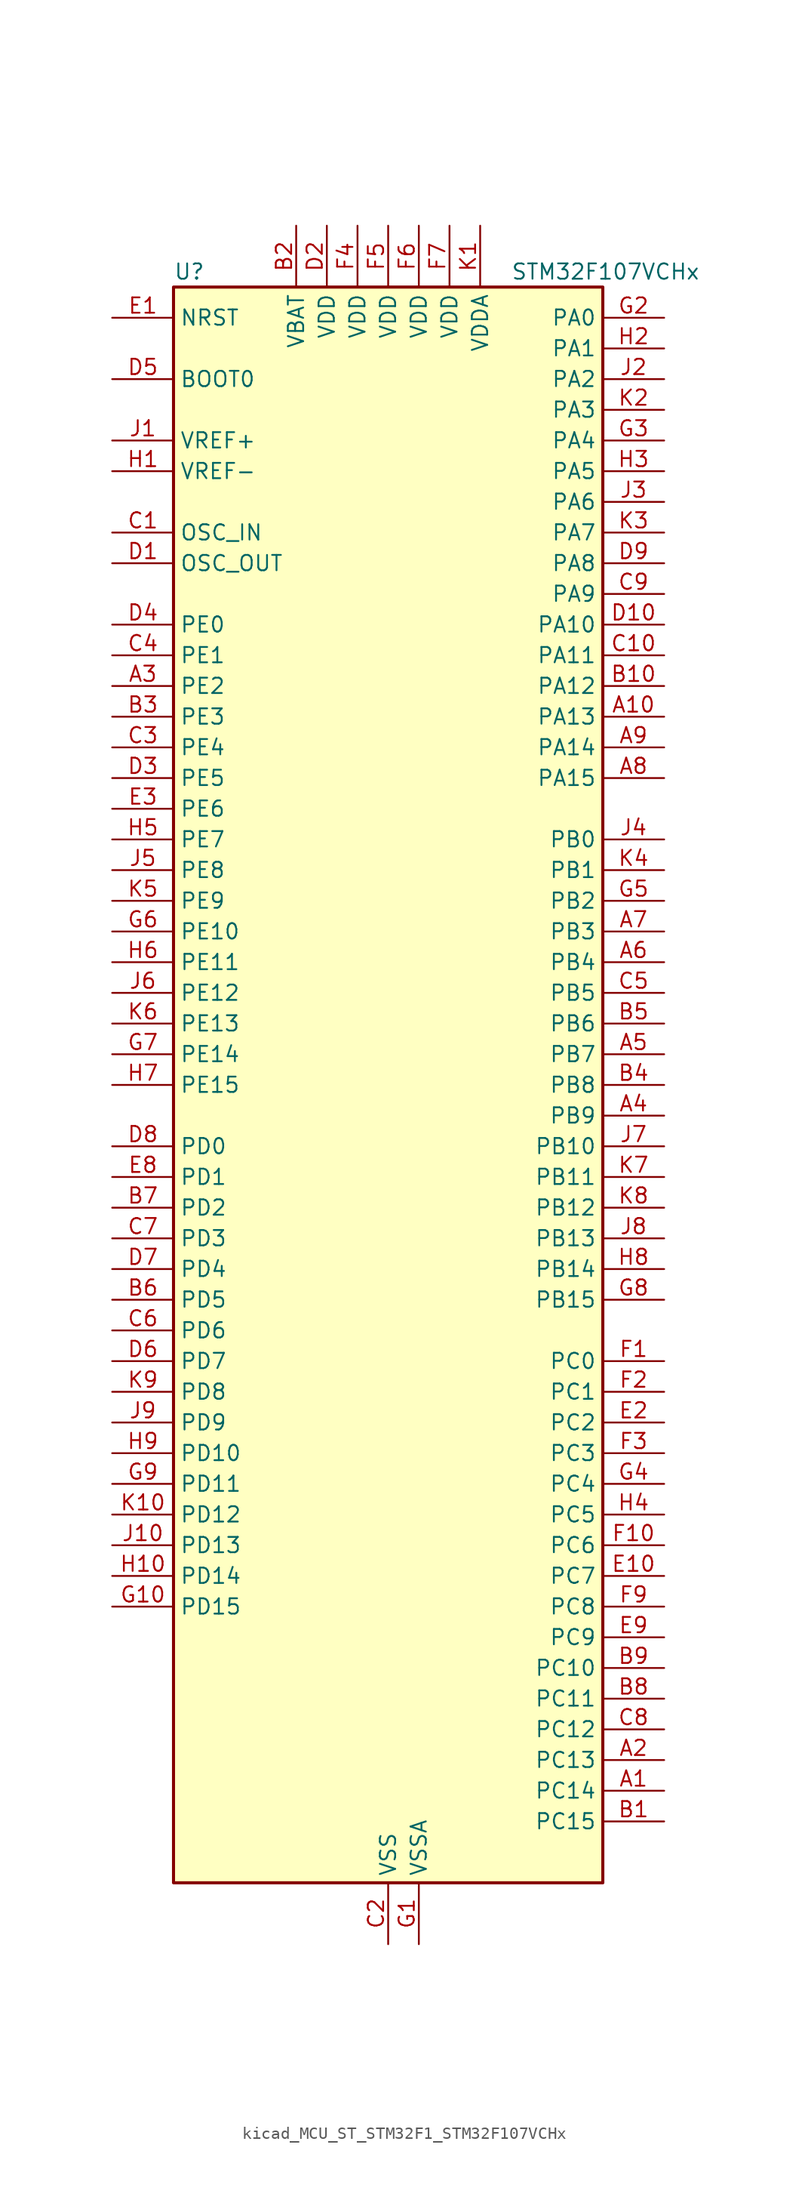
<source format=kicad_sym>
(kicad_symbol_lib
  (version 20220914)
  (generator kicad_symbol_editor)
  (symbol "kicad_MCU_ST_STM32F1_STM32F107VCHx"
    (property "Reference" "U"
      (at -17.78 67.31 0)
      (effects (font (size 1.27 1.27)) (justify left)))
    (property "Value" "STM32F107VCHx"
      (at 10.16 67.31 0)
      (effects (font (size 1.27 1.27)) (justify left)))
    (property "ki_locked" ""
      (at 0 0 0)
      (effects (font (size 1.27 1.27))))
    (symbol "kicad_MCU_ST_STM32F1_STM32F107VCHx_0_1"
      (rectangle (start -17.78 -66.04) (end 17.78 66.04) (stroke (width 0.254) (type default)) (fill (type background))))
    (symbol "kicad_MCU_ST_STM32F1_STM32F107VCHx_1_1"
      (pin bidirectional line (at 22.86 -58.42 180) (length 5.08) (name "PC14" (effects (font (size 1.27 1.27)))) (number "A1" (effects (font (size 1.27 1.27)))) (alternate "RCC_OSC32_IN" bidirectional line))
      (pin bidirectional line (at 22.86 30.48 180) (length 5.08) (name "PA13" (effects (font (size 1.27 1.27)))) (number "A10" (effects (font (size 1.27 1.27)))) (alternate "SYS_JTMS-SWDIO" bidirectional line))
      (pin bidirectional line (at 22.86 -55.88 180) (length 5.08) (name "PC13" (effects (font (size 1.27 1.27)))) (number "A2" (effects (font (size 1.27 1.27)))) (alternate "RTC_OUT" bidirectional line) (alternate "RTC_TAMPER" bidirectional line))
      (pin bidirectional line (at -22.86 33.02 0) (length 5.08) (name "PE2" (effects (font (size 1.27 1.27)))) (number "A3" (effects (font (size 1.27 1.27)))) (alternate "SYS_TRACECLK" bidirectional line))
      (pin bidirectional line (at 22.86 -2.54 180) (length 5.08) (name "PB9" (effects (font (size 1.27 1.27)))) (number "A4" (effects (font (size 1.27 1.27)))) (alternate "CAN1_TX" bidirectional line) (alternate "DAC_EXTI9" bidirectional line) (alternate "I2C1_SDA" bidirectional line) (alternate "TIM4_CH4" bidirectional line))
      (pin bidirectional line (at 22.86 2.54 180) (length 5.08) (name "PB7" (effects (font (size 1.27 1.27)))) (number "A5" (effects (font (size 1.27 1.27)))) (alternate "I2C1_SDA" bidirectional line) (alternate "TIM4_CH2" bidirectional line) (alternate "USART1_RX" bidirectional line))
      (pin bidirectional line (at 22.86 10.16 180) (length 5.08) (name "PB4" (effects (font (size 1.27 1.27)))) (number "A6" (effects (font (size 1.27 1.27)))) (alternate "SPI1_MISO" bidirectional line) (alternate "SPI3_MISO" bidirectional line) (alternate "SYS_NJTRST" bidirectional line) (alternate "TIM3_CH1" bidirectional line))
      (pin bidirectional line (at 22.86 12.7 180) (length 5.08) (name "PB3" (effects (font (size 1.27 1.27)))) (number "A7" (effects (font (size 1.27 1.27)))) (alternate "I2S3_CK" bidirectional line) (alternate "SPI1_SCK" bidirectional line) (alternate "SPI3_SCK" bidirectional line) (alternate "SYS_JTDO" bidirectional line) (alternate "SYS_TRACESWO" bidirectional line) (alternate "TIM2_CH2" bidirectional line))
      (pin bidirectional line (at 22.86 25.4 180) (length 5.08) (name "PA15" (effects (font (size 1.27 1.27)))) (number "A8" (effects (font (size 1.27 1.27)))) (alternate "ADC1_EXTI15" bidirectional line) (alternate "ADC2_EXTI15" bidirectional line) (alternate "I2S3_WS" bidirectional line) (alternate "SPI1_NSS" bidirectional line) (alternate "SPI3_NSS" bidirectional line) (alternate "SYS_JTDI" bidirectional line) (alternate "TIM2_CH1" bidirectional line) (alternate "TIM2_ETR" bidirectional line))
      (pin bidirectional line (at 22.86 27.94 180) (length 5.08) (name "PA14" (effects (font (size 1.27 1.27)))) (number "A9" (effects (font (size 1.27 1.27)))) (alternate "SYS_JTCK-SWCLK" bidirectional line))
      (pin bidirectional line (at 22.86 -60.96 180) (length 5.08) (name "PC15" (effects (font (size 1.27 1.27)))) (number "B1" (effects (font (size 1.27 1.27)))) (alternate "ADC1_EXTI15" bidirectional line) (alternate "ADC2_EXTI15" bidirectional line) (alternate "RCC_OSC32_OUT" bidirectional line))
      (pin bidirectional line (at 22.86 33.02 180) (length 5.08) (name "PA12" (effects (font (size 1.27 1.27)))) (number "B10" (effects (font (size 1.27 1.27)))) (alternate "CAN1_TX" bidirectional line) (alternate "TIM1_ETR" bidirectional line) (alternate "USART1_RTS" bidirectional line) (alternate "USB_OTG_FS_DP" bidirectional line))
      (pin power_in line (at -7.62 71.12 270) (length 5.08) (name "VBAT" (effects (font (size 1.27 1.27)))) (number "B2" (effects (font (size 1.27 1.27)))))
      (pin bidirectional line (at -22.86 30.48 0) (length 5.08) (name "PE3" (effects (font (size 1.27 1.27)))) (number "B3" (effects (font (size 1.27 1.27)))) (alternate "SYS_TRACED0" bidirectional line))
      (pin bidirectional line (at 22.86 0 180) (length 5.08) (name "PB8" (effects (font (size 1.27 1.27)))) (number "B4" (effects (font (size 1.27 1.27)))) (alternate "CAN1_RX" bidirectional line) (alternate "ETH_TXD3" bidirectional line) (alternate "I2C1_SCL" bidirectional line) (alternate "TIM4_CH3" bidirectional line))
      (pin bidirectional line (at 22.86 5.08 180) (length 5.08) (name "PB6" (effects (font (size 1.27 1.27)))) (number "B5" (effects (font (size 1.27 1.27)))) (alternate "CAN2_TX" bidirectional line) (alternate "I2C1_SCL" bidirectional line) (alternate "TIM4_CH1" bidirectional line) (alternate "USART1_TX" bidirectional line))
      (pin bidirectional line (at -22.86 -17.78 0) (length 5.08) (name "PD5" (effects (font (size 1.27 1.27)))) (number "B6" (effects (font (size 1.27 1.27)))) (alternate "USART2_TX" bidirectional line))
      (pin bidirectional line (at -22.86 -10.16 0) (length 5.08) (name "PD2" (effects (font (size 1.27 1.27)))) (number "B7" (effects (font (size 1.27 1.27)))) (alternate "TIM3_ETR" bidirectional line) (alternate "UART5_RX" bidirectional line))
      (pin bidirectional line (at 22.86 -50.8 180) (length 5.08) (name "PC11" (effects (font (size 1.27 1.27)))) (number "B8" (effects (font (size 1.27 1.27)))) (alternate "ADC1_EXTI11" bidirectional line) (alternate "ADC2_EXTI11" bidirectional line) (alternate "SPI3_MISO" bidirectional line) (alternate "UART4_RX" bidirectional line) (alternate "USART3_RX" bidirectional line))
      (pin bidirectional line (at 22.86 -48.26 180) (length 5.08) (name "PC10" (effects (font (size 1.27 1.27)))) (number "B9" (effects (font (size 1.27 1.27)))) (alternate "I2S3_CK" bidirectional line) (alternate "SPI3_SCK" bidirectional line) (alternate "UART4_TX" bidirectional line) (alternate "USART3_TX" bidirectional line))
      (pin input line (at -22.86 45.72 0) (length 5.08) (name "OSC_IN" (effects (font (size 1.27 1.27)))) (number "C1" (effects (font (size 1.27 1.27)))) (alternate "RCC_OSC_IN" bidirectional line))
      (pin bidirectional line (at 22.86 35.56 180) (length 5.08) (name "PA11" (effects (font (size 1.27 1.27)))) (number "C10" (effects (font (size 1.27 1.27)))) (alternate "ADC1_EXTI11" bidirectional line) (alternate "ADC2_EXTI11" bidirectional line) (alternate "CAN1_RX" bidirectional line) (alternate "TIM1_CH4" bidirectional line) (alternate "USART1_CTS" bidirectional line) (alternate "USB_OTG_FS_DM" bidirectional line))
      (pin power_in line (at 0 -71.12 90) (length 5.08) (name "VSS" (effects (font (size 1.27 1.27)))) (number "C2" (effects (font (size 1.27 1.27)))))
      (pin bidirectional line (at -22.86 27.94 0) (length 5.08) (name "PE4" (effects (font (size 1.27 1.27)))) (number "C3" (effects (font (size 1.27 1.27)))) (alternate "SYS_TRACED1" bidirectional line))
      (pin bidirectional line (at -22.86 35.56 0) (length 5.08) (name "PE1" (effects (font (size 1.27 1.27)))) (number "C4" (effects (font (size 1.27 1.27)))))
      (pin bidirectional line (at 22.86 7.62 180) (length 5.08) (name "PB5" (effects (font (size 1.27 1.27)))) (number "C5" (effects (font (size 1.27 1.27)))) (alternate "CAN2_RX" bidirectional line) (alternate "ETH_PPS_OUT" bidirectional line) (alternate "I2C1_SMBA" bidirectional line) (alternate "I2S3_SD" bidirectional line) (alternate "SPI1_MOSI" bidirectional line) (alternate "SPI3_MOSI" bidirectional line) (alternate "TIM3_CH2" bidirectional line))
      (pin bidirectional line (at -22.86 -20.32 0) (length 5.08) (name "PD6" (effects (font (size 1.27 1.27)))) (number "C6" (effects (font (size 1.27 1.27)))) (alternate "USART2_RX" bidirectional line))
      (pin bidirectional line (at -22.86 -12.7 0) (length 5.08) (name "PD3" (effects (font (size 1.27 1.27)))) (number "C7" (effects (font (size 1.27 1.27)))) (alternate "USART2_CTS" bidirectional line))
      (pin bidirectional line (at 22.86 -53.34 180) (length 5.08) (name "PC12" (effects (font (size 1.27 1.27)))) (number "C8" (effects (font (size 1.27 1.27)))) (alternate "I2S3_SD" bidirectional line) (alternate "SPI3_MOSI" bidirectional line) (alternate "UART5_TX" bidirectional line) (alternate "USART3_CK" bidirectional line))
      (pin bidirectional line (at 22.86 40.64 180) (length 5.08) (name "PA9" (effects (font (size 1.27 1.27)))) (number "C9" (effects (font (size 1.27 1.27)))) (alternate "DAC_EXTI9" bidirectional line) (alternate "TIM1_CH2" bidirectional line) (alternate "USART1_TX" bidirectional line) (alternate "USB_OTG_FS_VBUS" bidirectional line))
      (pin input line (at -22.86 43.18 0) (length 5.08) (name "OSC_OUT" (effects (font (size 1.27 1.27)))) (number "D1" (effects (font (size 1.27 1.27)))) (alternate "RCC_OSC_OUT" bidirectional line))
      (pin bidirectional line (at 22.86 38.1 180) (length 5.08) (name "PA10" (effects (font (size 1.27 1.27)))) (number "D10" (effects (font (size 1.27 1.27)))) (alternate "TIM1_CH3" bidirectional line) (alternate "USART1_RX" bidirectional line) (alternate "USB_OTG_FS_ID" bidirectional line))
      (pin power_in line (at -5.08 71.12 270) (length 5.08) (name "VDD" (effects (font (size 1.27 1.27)))) (number "D2" (effects (font (size 1.27 1.27)))))
      (pin bidirectional line (at -22.86 25.4 0) (length 5.08) (name "PE5" (effects (font (size 1.27 1.27)))) (number "D3" (effects (font (size 1.27 1.27)))) (alternate "SYS_TRACED2" bidirectional line))
      (pin bidirectional line (at -22.86 38.1 0) (length 5.08) (name "PE0" (effects (font (size 1.27 1.27)))) (number "D4" (effects (font (size 1.27 1.27)))) (alternate "TIM4_ETR" bidirectional line))
      (pin input line (at -22.86 58.42 0) (length 5.08) (name "BOOT0" (effects (font (size 1.27 1.27)))) (number "D5" (effects (font (size 1.27 1.27)))))
      (pin bidirectional line (at -22.86 -22.86 0) (length 5.08) (name "PD7" (effects (font (size 1.27 1.27)))) (number "D6" (effects (font (size 1.27 1.27)))) (alternate "USART2_CK" bidirectional line))
      (pin bidirectional line (at -22.86 -15.24 0) (length 5.08) (name "PD4" (effects (font (size 1.27 1.27)))) (number "D7" (effects (font (size 1.27 1.27)))) (alternate "USART2_RTS" bidirectional line))
      (pin bidirectional line (at -22.86 -5.08 0) (length 5.08) (name "PD0" (effects (font (size 1.27 1.27)))) (number "D8" (effects (font (size 1.27 1.27)))) (alternate "CAN1_RX" bidirectional line))
      (pin bidirectional line (at 22.86 43.18 180) (length 5.08) (name "PA8" (effects (font (size 1.27 1.27)))) (number "D9" (effects (font (size 1.27 1.27)))) (alternate "RCC_MCO" bidirectional line) (alternate "TIM1_CH1" bidirectional line) (alternate "USART1_CK" bidirectional line) (alternate "USB_OTG_FS_SOF" bidirectional line))
      (pin input line (at -22.86 63.5 0) (length 5.08) (name "NRST" (effects (font (size 1.27 1.27)))) (number "E1" (effects (font (size 1.27 1.27)))))
      (pin bidirectional line (at 22.86 -40.64 180) (length 5.08) (name "PC7" (effects (font (size 1.27 1.27)))) (number "E10" (effects (font (size 1.27 1.27)))) (alternate "I2S3_MCK" bidirectional line) (alternate "TIM3_CH2" bidirectional line))
      (pin bidirectional line (at 22.86 -27.94 180) (length 5.08) (name "PC2" (effects (font (size 1.27 1.27)))) (number "E2" (effects (font (size 1.27 1.27)))) (alternate "ADC1_IN12" bidirectional line) (alternate "ADC2_IN12" bidirectional line) (alternate "ETH_TXD2" bidirectional line))
      (pin bidirectional line (at -22.86 22.86 0) (length 5.08) (name "PE6" (effects (font (size 1.27 1.27)))) (number "E3" (effects (font (size 1.27 1.27)))) (alternate "SYS_TRACED3" bidirectional line))
      (pin passive line (at 0 -71.12 90) (length 5.08) hide (name "VSS" (effects (font (size 1.27 1.27)))) (number "E4" (effects (font (size 1.27 1.27)))))
      (pin passive line (at 0 -71.12 90) (length 5.08) hide (name "VSS" (effects (font (size 1.27 1.27)))) (number "E5" (effects (font (size 1.27 1.27)))))
      (pin passive line (at 0 -71.12 90) (length 5.08) hide (name "VSS" (effects (font (size 1.27 1.27)))) (number "E6" (effects (font (size 1.27 1.27)))))
      (pin passive line (at 0 -71.12 90) (length 5.08) hide (name "VSS" (effects (font (size 1.27 1.27)))) (number "E7" (effects (font (size 1.27 1.27)))))
      (pin bidirectional line (at -22.86 -7.62 0) (length 5.08) (name "PD1" (effects (font (size 1.27 1.27)))) (number "E8" (effects (font (size 1.27 1.27)))) (alternate "CAN1_TX" bidirectional line))
      (pin bidirectional line (at 22.86 -45.72 180) (length 5.08) (name "PC9" (effects (font (size 1.27 1.27)))) (number "E9" (effects (font (size 1.27 1.27)))) (alternate "DAC_EXTI9" bidirectional line) (alternate "TIM3_CH4" bidirectional line))
      (pin bidirectional line (at 22.86 -22.86 180) (length 5.08) (name "PC0" (effects (font (size 1.27 1.27)))) (number "F1" (effects (font (size 1.27 1.27)))) (alternate "ADC1_IN10" bidirectional line) (alternate "ADC2_IN10" bidirectional line))
      (pin bidirectional line (at 22.86 -38.1 180) (length 5.08) (name "PC6" (effects (font (size 1.27 1.27)))) (number "F10" (effects (font (size 1.27 1.27)))) (alternate "I2S2_MCK" bidirectional line) (alternate "TIM3_CH1" bidirectional line))
      (pin bidirectional line (at 22.86 -25.4 180) (length 5.08) (name "PC1" (effects (font (size 1.27 1.27)))) (number "F2" (effects (font (size 1.27 1.27)))) (alternate "ADC1_IN11" bidirectional line) (alternate "ADC2_IN11" bidirectional line) (alternate "ETH_MDC" bidirectional line))
      (pin bidirectional line (at 22.86 -30.48 180) (length 5.08) (name "PC3" (effects (font (size 1.27 1.27)))) (number "F3" (effects (font (size 1.27 1.27)))) (alternate "ADC1_IN13" bidirectional line) (alternate "ADC2_IN13" bidirectional line) (alternate "ETH_TX_CLK" bidirectional line))
      (pin power_in line (at -2.54 71.12 270) (length 5.08) (name "VDD" (effects (font (size 1.27 1.27)))) (number "F4" (effects (font (size 1.27 1.27)))))
      (pin power_in line (at 0 71.12 270) (length 5.08) (name "VDD" (effects (font (size 1.27 1.27)))) (number "F5" (effects (font (size 1.27 1.27)))))
      (pin power_in line (at 2.54 71.12 270) (length 5.08) (name "VDD" (effects (font (size 1.27 1.27)))) (number "F6" (effects (font (size 1.27 1.27)))))
      (pin power_in line (at 5.08 71.12 270) (length 5.08) (name "VDD" (effects (font (size 1.27 1.27)))) (number "F7" (effects (font (size 1.27 1.27)))))
      (pin no_connect line (at -17.78 -66.04 0) (length 5.08) hide (name "NC" (effects (font (size 1.27 1.27)))) (number "F8" (effects (font (size 1.27 1.27)))))
      (pin bidirectional line (at 22.86 -43.18 180) (length 5.08) (name "PC8" (effects (font (size 1.27 1.27)))) (number "F9" (effects (font (size 1.27 1.27)))) (alternate "TIM3_CH3" bidirectional line))
      (pin power_in line (at 2.54 -71.12 90) (length 5.08) (name "VSSA" (effects (font (size 1.27 1.27)))) (number "G1" (effects (font (size 1.27 1.27)))))
      (pin bidirectional line (at -22.86 -43.18 0) (length 5.08) (name "PD15" (effects (font (size 1.27 1.27)))) (number "G10" (effects (font (size 1.27 1.27)))) (alternate "ADC1_EXTI15" bidirectional line) (alternate "ADC2_EXTI15" bidirectional line) (alternate "TIM4_CH4" bidirectional line))
      (pin bidirectional line (at 22.86 63.5 180) (length 5.08) (name "PA0" (effects (font (size 1.27 1.27)))) (number "G2" (effects (font (size 1.27 1.27)))) (alternate "ADC1_IN0" bidirectional line) (alternate "ADC2_IN0" bidirectional line) (alternate "ETH_CRS" bidirectional line) (alternate "SYS_WKUP" bidirectional line) (alternate "TIM2_CH1" bidirectional line) (alternate "TIM2_ETR" bidirectional line) (alternate "TIM5_CH1" bidirectional line) (alternate "USART2_CTS" bidirectional line))
      (pin bidirectional line (at 22.86 53.34 180) (length 5.08) (name "PA4" (effects (font (size 1.27 1.27)))) (number "G3" (effects (font (size 1.27 1.27)))) (alternate "ADC1_IN4" bidirectional line) (alternate "ADC2_IN4" bidirectional line) (alternate "DAC_OUT1" bidirectional line) (alternate "I2S3_WS" bidirectional line) (alternate "SPI1_NSS" bidirectional line) (alternate "SPI3_NSS" bidirectional line) (alternate "USART2_CK" bidirectional line))
      (pin bidirectional line (at 22.86 -33.02 180) (length 5.08) (name "PC4" (effects (font (size 1.27 1.27)))) (number "G4" (effects (font (size 1.27 1.27)))) (alternate "ADC1_IN14" bidirectional line) (alternate "ADC2_IN14" bidirectional line) (alternate "ETH_RXD0" bidirectional line))
      (pin bidirectional line (at 22.86 15.24 180) (length 5.08) (name "PB2" (effects (font (size 1.27 1.27)))) (number "G5" (effects (font (size 1.27 1.27)))))
      (pin bidirectional line (at -22.86 12.7 0) (length 5.08) (name "PE10" (effects (font (size 1.27 1.27)))) (number "G6" (effects (font (size 1.27 1.27)))) (alternate "TIM1_CH2N" bidirectional line))
      (pin bidirectional line (at -22.86 2.54 0) (length 5.08) (name "PE14" (effects (font (size 1.27 1.27)))) (number "G7" (effects (font (size 1.27 1.27)))) (alternate "TIM1_CH4" bidirectional line))
      (pin bidirectional line (at 22.86 -17.78 180) (length 5.08) (name "PB15" (effects (font (size 1.27 1.27)))) (number "G8" (effects (font (size 1.27 1.27)))) (alternate "ADC1_EXTI15" bidirectional line) (alternate "ADC2_EXTI15" bidirectional line) (alternate "I2S2_SD" bidirectional line) (alternate "SPI2_MOSI" bidirectional line) (alternate "TIM1_CH3N" bidirectional line))
      (pin bidirectional line (at -22.86 -33.02 0) (length 5.08) (name "PD11" (effects (font (size 1.27 1.27)))) (number "G9" (effects (font (size 1.27 1.27)))) (alternate "ADC1_EXTI11" bidirectional line) (alternate "ADC2_EXTI11" bidirectional line) (alternate "ETH_RXD2" bidirectional line) (alternate "USART3_CTS" bidirectional line))
      (pin input line (at -22.86 50.8 0) (length 5.08) (name "VREF-" (effects (font (size 1.27 1.27)))) (number "H1" (effects (font (size 1.27 1.27)))))
      (pin bidirectional line (at -22.86 -40.64 0) (length 5.08) (name "PD14" (effects (font (size 1.27 1.27)))) (number "H10" (effects (font (size 1.27 1.27)))) (alternate "TIM4_CH3" bidirectional line))
      (pin bidirectional line (at 22.86 60.96 180) (length 5.08) (name "PA1" (effects (font (size 1.27 1.27)))) (number "H2" (effects (font (size 1.27 1.27)))) (alternate "ADC1_IN1" bidirectional line) (alternate "ADC2_IN1" bidirectional line) (alternate "ETH_REF_CLK" bidirectional line) (alternate "ETH_RX_CLK" bidirectional line) (alternate "TIM2_CH2" bidirectional line) (alternate "TIM5_CH2" bidirectional line) (alternate "USART2_RTS" bidirectional line))
      (pin bidirectional line (at 22.86 50.8 180) (length 5.08) (name "PA5" (effects (font (size 1.27 1.27)))) (number "H3" (effects (font (size 1.27 1.27)))) (alternate "ADC1_IN5" bidirectional line) (alternate "ADC2_IN5" bidirectional line) (alternate "DAC_OUT2" bidirectional line) (alternate "SPI1_SCK" bidirectional line))
      (pin bidirectional line (at 22.86 -35.56 180) (length 5.08) (name "PC5" (effects (font (size 1.27 1.27)))) (number "H4" (effects (font (size 1.27 1.27)))) (alternate "ADC1_IN15" bidirectional line) (alternate "ADC2_IN15" bidirectional line) (alternate "ETH_RXD1" bidirectional line))
      (pin bidirectional line (at -22.86 20.32 0) (length 5.08) (name "PE7" (effects (font (size 1.27 1.27)))) (number "H5" (effects (font (size 1.27 1.27)))) (alternate "TIM1_ETR" bidirectional line))
      (pin bidirectional line (at -22.86 10.16 0) (length 5.08) (name "PE11" (effects (font (size 1.27 1.27)))) (number "H6" (effects (font (size 1.27 1.27)))) (alternate "ADC1_EXTI11" bidirectional line) (alternate "ADC2_EXTI11" bidirectional line) (alternate "TIM1_CH2" bidirectional line))
      (pin bidirectional line (at -22.86 0 0) (length 5.08) (name "PE15" (effects (font (size 1.27 1.27)))) (number "H7" (effects (font (size 1.27 1.27)))) (alternate "ADC1_EXTI15" bidirectional line) (alternate "ADC2_EXTI15" bidirectional line) (alternate "TIM1_BKIN" bidirectional line))
      (pin bidirectional line (at 22.86 -15.24 180) (length 5.08) (name "PB14" (effects (font (size 1.27 1.27)))) (number "H8" (effects (font (size 1.27 1.27)))) (alternate "SPI2_MISO" bidirectional line) (alternate "TIM1_CH2N" bidirectional line) (alternate "USART3_RTS" bidirectional line))
      (pin bidirectional line (at -22.86 -30.48 0) (length 5.08) (name "PD10" (effects (font (size 1.27 1.27)))) (number "H9" (effects (font (size 1.27 1.27)))) (alternate "ETH_RXD1" bidirectional line) (alternate "USART3_CK" bidirectional line))
      (pin input line (at -22.86 53.34 0) (length 5.08) (name "VREF+" (effects (font (size 1.27 1.27)))) (number "J1" (effects (font (size 1.27 1.27)))))
      (pin bidirectional line (at -22.86 -38.1 0) (length 5.08) (name "PD13" (effects (font (size 1.27 1.27)))) (number "J10" (effects (font (size 1.27 1.27)))) (alternate "TIM4_CH2" bidirectional line))
      (pin bidirectional line (at 22.86 58.42 180) (length 5.08) (name "PA2" (effects (font (size 1.27 1.27)))) (number "J2" (effects (font (size 1.27 1.27)))) (alternate "ADC1_IN2" bidirectional line) (alternate "ADC2_IN2" bidirectional line) (alternate "ETH_MDIO" bidirectional line) (alternate "TIM2_CH3" bidirectional line) (alternate "TIM5_CH3" bidirectional line) (alternate "USART2_TX" bidirectional line))
      (pin bidirectional line (at 22.86 48.26 180) (length 5.08) (name "PA6" (effects (font (size 1.27 1.27)))) (number "J3" (effects (font (size 1.27 1.27)))) (alternate "ADC1_IN6" bidirectional line) (alternate "ADC2_IN6" bidirectional line) (alternate "SPI1_MISO" bidirectional line) (alternate "TIM1_BKIN" bidirectional line) (alternate "TIM3_CH1" bidirectional line))
      (pin bidirectional line (at 22.86 20.32 180) (length 5.08) (name "PB0" (effects (font (size 1.27 1.27)))) (number "J4" (effects (font (size 1.27 1.27)))) (alternate "ADC1_IN8" bidirectional line) (alternate "ADC2_IN8" bidirectional line) (alternate "ETH_RXD2" bidirectional line) (alternate "TIM1_CH2N" bidirectional line) (alternate "TIM3_CH3" bidirectional line))
      (pin bidirectional line (at -22.86 17.78 0) (length 5.08) (name "PE8" (effects (font (size 1.27 1.27)))) (number "J5" (effects (font (size 1.27 1.27)))) (alternate "TIM1_CH1N" bidirectional line))
      (pin bidirectional line (at -22.86 7.62 0) (length 5.08) (name "PE12" (effects (font (size 1.27 1.27)))) (number "J6" (effects (font (size 1.27 1.27)))) (alternate "TIM1_CH3N" bidirectional line))
      (pin bidirectional line (at 22.86 -5.08 180) (length 5.08) (name "PB10" (effects (font (size 1.27 1.27)))) (number "J7" (effects (font (size 1.27 1.27)))) (alternate "ETH_RX_ER" bidirectional line) (alternate "TIM2_CH3" bidirectional line) (alternate "USART3_TX" bidirectional line))
      (pin bidirectional line (at 22.86 -12.7 180) (length 5.08) (name "PB13" (effects (font (size 1.27 1.27)))) (number "J8" (effects (font (size 1.27 1.27)))) (alternate "CAN2_TX" bidirectional line) (alternate "ETH_TXD1" bidirectional line) (alternate "I2S2_CK" bidirectional line) (alternate "SPI2_SCK" bidirectional line) (alternate "TIM1_CH1N" bidirectional line) (alternate "USART3_CTS" bidirectional line))
      (pin bidirectional line (at -22.86 -27.94 0) (length 5.08) (name "PD9" (effects (font (size 1.27 1.27)))) (number "J9" (effects (font (size 1.27 1.27)))) (alternate "DAC_EXTI9" bidirectional line) (alternate "ETH_RXD0" bidirectional line) (alternate "USART3_RX" bidirectional line))
      (pin power_in line (at 7.62 71.12 270) (length 5.08) (name "VDDA" (effects (font (size 1.27 1.27)))) (number "K1" (effects (font (size 1.27 1.27)))))
      (pin bidirectional line (at -22.86 -35.56 0) (length 5.08) (name "PD12" (effects (font (size 1.27 1.27)))) (number "K10" (effects (font (size 1.27 1.27)))) (alternate "ETH_RXD3" bidirectional line) (alternate "TIM4_CH1" bidirectional line) (alternate "USART3_RTS" bidirectional line))
      (pin bidirectional line (at 22.86 55.88 180) (length 5.08) (name "PA3" (effects (font (size 1.27 1.27)))) (number "K2" (effects (font (size 1.27 1.27)))) (alternate "ADC1_IN3" bidirectional line) (alternate "ADC2_IN3" bidirectional line) (alternate "ETH_COL" bidirectional line) (alternate "TIM2_CH4" bidirectional line) (alternate "TIM5_CH4" bidirectional line) (alternate "USART2_RX" bidirectional line))
      (pin bidirectional line (at 22.86 45.72 180) (length 5.08) (name "PA7" (effects (font (size 1.27 1.27)))) (number "K3" (effects (font (size 1.27 1.27)))) (alternate "ADC1_IN7" bidirectional line) (alternate "ADC2_IN7" bidirectional line) (alternate "ETH_CRS_DV" bidirectional line) (alternate "ETH_RX_DV" bidirectional line) (alternate "SPI1_MOSI" bidirectional line) (alternate "TIM1_CH1N" bidirectional line) (alternate "TIM3_CH2" bidirectional line))
      (pin bidirectional line (at 22.86 17.78 180) (length 5.08) (name "PB1" (effects (font (size 1.27 1.27)))) (number "K4" (effects (font (size 1.27 1.27)))) (alternate "ADC1_IN9" bidirectional line) (alternate "ADC2_IN9" bidirectional line) (alternate "ETH_RXD3" bidirectional line) (alternate "TIM1_CH3N" bidirectional line) (alternate "TIM3_CH4" bidirectional line))
      (pin bidirectional line (at -22.86 15.24 0) (length 5.08) (name "PE9" (effects (font (size 1.27 1.27)))) (number "K5" (effects (font (size 1.27 1.27)))) (alternate "DAC_EXTI9" bidirectional line) (alternate "TIM1_CH1" bidirectional line))
      (pin bidirectional line (at -22.86 5.08 0) (length 5.08) (name "PE13" (effects (font (size 1.27 1.27)))) (number "K6" (effects (font (size 1.27 1.27)))) (alternate "TIM1_CH3" bidirectional line))
      (pin bidirectional line (at 22.86 -7.62 180) (length 5.08) (name "PB11" (effects (font (size 1.27 1.27)))) (number "K7" (effects (font (size 1.27 1.27)))) (alternate "ADC1_EXTI11" bidirectional line) (alternate "ADC2_EXTI11" bidirectional line) (alternate "ETH_TX_EN" bidirectional line) (alternate "TIM2_CH4" bidirectional line) (alternate "USART3_RX" bidirectional line))
      (pin bidirectional line (at 22.86 -10.16 180) (length 5.08) (name "PB12" (effects (font (size 1.27 1.27)))) (number "K8" (effects (font (size 1.27 1.27)))) (alternate "CAN2_RX" bidirectional line) (alternate "ETH_TXD0" bidirectional line) (alternate "I2S2_WS" bidirectional line) (alternate "SPI2_NSS" bidirectional line) (alternate "TIM1_BKIN" bidirectional line) (alternate "USART3_CK" bidirectional line))
      (pin bidirectional line (at -22.86 -25.4 0) (length 5.08) (name "PD8" (effects (font (size 1.27 1.27)))) (number "K9" (effects (font (size 1.27 1.27)))) (alternate "ETH_CRS_DV" bidirectional line) (alternate "ETH_RX_DV" bidirectional line) (alternate "USART3_TX" bidirectional line)))))
</source>
